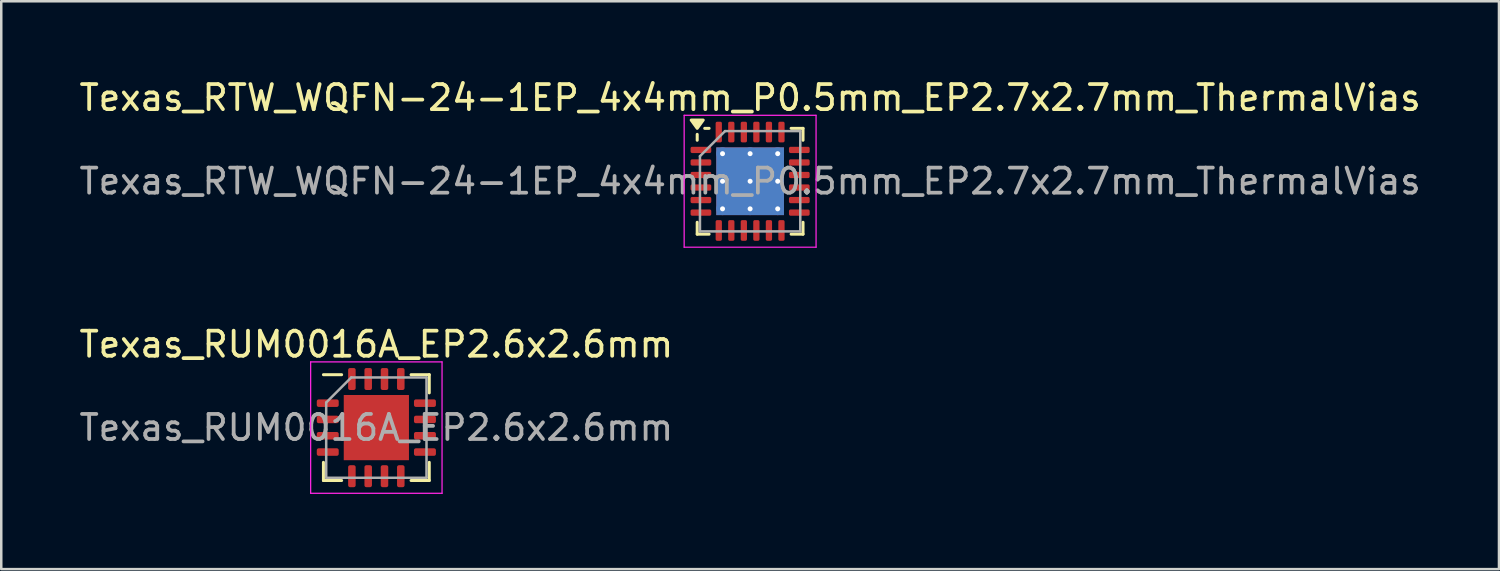
<source format=kicad_pcb>
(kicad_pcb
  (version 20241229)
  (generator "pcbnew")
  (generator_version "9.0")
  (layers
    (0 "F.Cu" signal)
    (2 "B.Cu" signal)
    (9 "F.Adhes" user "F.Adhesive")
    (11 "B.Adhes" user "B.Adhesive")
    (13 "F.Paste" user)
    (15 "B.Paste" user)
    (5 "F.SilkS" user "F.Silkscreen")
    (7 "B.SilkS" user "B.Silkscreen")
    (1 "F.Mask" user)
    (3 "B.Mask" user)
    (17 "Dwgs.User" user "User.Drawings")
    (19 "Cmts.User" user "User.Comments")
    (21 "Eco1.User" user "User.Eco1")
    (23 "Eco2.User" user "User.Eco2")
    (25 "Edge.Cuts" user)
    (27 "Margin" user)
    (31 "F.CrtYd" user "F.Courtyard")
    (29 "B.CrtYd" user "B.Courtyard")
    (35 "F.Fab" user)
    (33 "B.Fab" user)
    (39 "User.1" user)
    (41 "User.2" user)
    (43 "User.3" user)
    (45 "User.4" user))
  (footprint "Texas_RTW_WQFN-24-1EP_4x4mm_P0.5mm_EP2.7x2.7mm_ThermalVias"
    (layer "F.Cu")
    (at 26.863 4.178)
    (property "Reference" "Texas_RTW_WQFN-24-1EP_4x4mm_P0.5mm_EP2.7x2.7mm_ThermalVias" (at 0 -3.33 0) (layer "F.SilkS") (effects (font (size 1 1) (thickness 0.15))))
    (attr smd)
    (fp_line (start -2.11 -1.635) (end -2.11 -1.87) (stroke (width 0.12) (type solid)) (layer "F.SilkS"))
    (fp_line (start -2.11 2.11) (end -2.11 1.635) (stroke (width 0.12) (type solid)) (layer "F.SilkS"))
    (fp_line (start -1.635 -2.11) (end -1.81 -2.11) (stroke (width 0.12) (type solid)) (layer "F.SilkS"))
    (fp_line (start -1.635 2.11) (end -2.11 2.11) (stroke (width 0.12) (type solid)) (layer "F.SilkS"))
    (fp_line (start 1.635 -2.11) (end 2.11 -2.11) (stroke (width 0.12) (type solid)) (layer "F.SilkS"))
    (fp_line (start 1.635 2.11) (end 2.11 2.11) (stroke (width 0.12) (type solid)) (layer "F.SilkS"))
    (fp_line (start 2.11 -2.11) (end 2.11 -1.635) (stroke (width 0.12) (type solid)) (layer "F.SilkS"))
    (fp_line (start 2.11 2.11) (end 2.11 1.635) (stroke (width 0.12) (type solid)) (layer "F.SilkS"))
    (fp_poly (pts (xy -2.11 -2.11) (xy -2.35 -2.44) (xy -1.87 -2.44) (xy -2.11 -2.11)) (stroke (width 0.12) (type solid)) (fill yes) (layer "F.SilkS"))
    (fp_line (start -2.63 -2.63) (end -2.63 2.63) (stroke (width 0.05) (type solid)) (layer "F.CrtYd"))
    (fp_line (start -2.63 2.63) (end 2.63 2.63) (stroke (width 0.05) (type solid)) (layer "F.CrtYd"))
    (fp_line (start 2.63 -2.63) (end -2.63 -2.63) (stroke (width 0.05) (type solid)) (layer "F.CrtYd"))
    (fp_line (start 2.63 2.63) (end 2.63 -2.63) (stroke (width 0.05) (type solid)) (layer "F.CrtYd"))
    (fp_line (start -2 -1) (end -1 -2) (stroke (width 0.1) (type solid)) (layer "F.Fab"))
    (fp_line (start -2 2) (end -2 -1) (stroke (width 0.1) (type solid)) (layer "F.Fab"))
    (fp_line (start -1 -2) (end 2 -2) (stroke (width 0.1) (type solid)) (layer "F.Fab"))
    (fp_line (start 2 -2) (end 2 2) (stroke (width 0.1) (type solid)) (layer "F.Fab"))
    (fp_line (start 2 2) (end -2 2) (stroke (width 0.1) (type solid)) (layer "F.Fab"))
    (fp_text user "${REFERENCE}" (at 0 0 0) (layer "F.Fab") (effects (font (size 1 1) (thickness 0.15))))
    (pad "" smd roundrect (at -0.675 -0.675) (size 1.13 1.13) (layers "F.Paste") (roundrect_rratio 0.221))
    (pad "" smd roundrect (at -0.675 0.675) (size 1.13 1.13) (layers "F.Paste") (roundrect_rratio 0.221))
    (pad "" smd roundrect (at 0.675 -0.675) (size 1.13 1.13) (layers "F.Paste") (roundrect_rratio 0.221))
    (pad "" smd roundrect (at 0.675 0.675) (size 1.13 1.13) (layers "F.Paste") (roundrect_rratio 0.221))
    (pad "1" smd roundrect (at -1.962 -1.25) (size 0.825 0.25) (layers "F.Cu" "F.Mask" "F.Paste") (roundrect_rratio 0.25))
    (pad "2" smd roundrect (at -1.962 -0.75) (size 0.825 0.25) (layers "F.Cu" "F.Mask" "F.Paste") (roundrect_rratio 0.25))
    (pad "3" smd roundrect (at -1.962 -0.25) (size 0.825 0.25) (layers "F.Cu" "F.Mask" "F.Paste") (roundrect_rratio 0.25))
    (pad "4" smd roundrect (at -1.962 0.25) (size 0.825 0.25) (layers "F.Cu" "F.Mask" "F.Paste") (roundrect_rratio 0.25))
    (pad "5" smd roundrect (at -1.962 0.75) (size 0.825 0.25) (layers "F.Cu" "F.Mask" "F.Paste") (roundrect_rratio 0.25))
    (pad "6" smd roundrect (at -1.962 1.25) (size 0.825 0.25) (layers "F.Cu" "F.Mask" "F.Paste") (roundrect_rratio 0.25))
    (pad "7" smd roundrect (at -1.25 1.962) (size 0.25 0.825) (layers "F.Cu" "F.Mask" "F.Paste") (roundrect_rratio 0.25))
    (pad "8" smd roundrect (at -0.75 1.962) (size 0.25 0.825) (layers "F.Cu" "F.Mask" "F.Paste") (roundrect_rratio 0.25))
    (pad "9" smd roundrect (at -0.25 1.962) (size 0.25 0.825) (layers "F.Cu" "F.Mask" "F.Paste") (roundrect_rratio 0.25))
    (pad "10" smd roundrect (at 0.25 1.962) (size 0.25 0.825) (layers "F.Cu" "F.Mask" "F.Paste") (roundrect_rratio 0.25))
    (pad "11" smd roundrect (at 0.75 1.962) (size 0.25 0.825) (layers "F.Cu" "F.Mask" "F.Paste") (roundrect_rratio 0.25))
    (pad "12" smd roundrect (at 1.25 1.962) (size 0.25 0.825) (layers "F.Cu" "F.Mask" "F.Paste") (roundrect_rratio 0.25))
    (pad "13" smd roundrect (at 1.962 1.25) (size 0.825 0.25) (layers "F.Cu" "F.Mask" "F.Paste") (roundrect_rratio 0.25))
    (pad "14" smd roundrect (at 1.962 0.75) (size 0.825 0.25) (layers "F.Cu" "F.Mask" "F.Paste") (roundrect_rratio 0.25))
    (pad "15" smd roundrect (at 1.962 0.25) (size 0.825 0.25) (layers "F.Cu" "F.Mask" "F.Paste") (roundrect_rratio 0.25))
    (pad "16" smd roundrect (at 1.962 -0.25) (size 0.825 0.25) (layers "F.Cu" "F.Mask" "F.Paste") (roundrect_rratio 0.25))
    (pad "17" smd roundrect (at 1.962 -0.75) (size 0.825 0.25) (layers "F.Cu" "F.Mask" "F.Paste") (roundrect_rratio 0.25))
    (pad "18" smd roundrect (at 1.962 -1.25) (size 0.825 0.25) (layers "F.Cu" "F.Mask" "F.Paste") (roundrect_rratio 0.25))
    (pad "19" smd roundrect (at 1.25 -1.962) (size 0.25 0.825) (layers "F.Cu" "F.Mask" "F.Paste") (roundrect_rratio 0.25))
    (pad "20" smd roundrect (at 0.75 -1.962) (size 0.25 0.825) (layers "F.Cu" "F.Mask" "F.Paste") (roundrect_rratio 0.25))
    (pad "21" smd roundrect (at 0.25 -1.962) (size 0.25 0.825) (layers "F.Cu" "F.Mask" "F.Paste") (roundrect_rratio 0.25))
    (pad "22" smd roundrect (at -0.25 -1.962) (size 0.25 0.825) (layers "F.Cu" "F.Mask" "F.Paste") (roundrect_rratio 0.25))
    (pad "23" smd roundrect (at -0.75 -1.962) (size 0.25 0.825) (layers "F.Cu" "F.Mask" "F.Paste") (roundrect_rratio 0.25))
    (pad "24" smd roundrect (at -1.25 -1.962) (size 0.25 0.825) (layers "F.Cu" "F.Mask" "F.Paste") (roundrect_rratio 0.25))
    (pad "25" thru_hole circle (at -1.1 -1.1) (size 0.5 0.5) (drill 0.2) (property pad_prop_heatsink) (layers "*.Cu"))
    (pad "25" thru_hole circle (at -1.1 0) (size 0.5 0.5) (drill 0.2) (property pad_prop_heatsink) (layers "*.Cu"))
    (pad "25" thru_hole circle (at -1.1 1.1) (size 0.5 0.5) (drill 0.2) (property pad_prop_heatsink) (layers "*.Cu"))
    (pad "25" thru_hole circle (at 0 -1.1) (size 0.5 0.5) (drill 0.2) (property pad_prop_heatsink) (layers "*.Cu"))
    (pad "25" thru_hole circle (at 0 0) (size 0.5 0.5) (drill 0.2) (property pad_prop_heatsink) (layers "*.Cu"))
    (pad "25" smd rect (at 0 0) (size 2.7 2.7) (property pad_prop_heatsink) (layers "F.Cu" "F.Mask"))
    (pad "25" smd rect (at 0 0) (size 2.7 2.7) (property pad_prop_heatsink) (layers "B.Cu"))
    (pad "25" thru_hole circle (at 0 1.1) (size 0.5 0.5) (drill 0.2) (property pad_prop_heatsink) (layers "*.Cu"))
    (pad "25" thru_hole circle (at 1.1 -1.1) (size 0.5 0.5) (drill 0.2) (property pad_prop_heatsink) (layers "*.Cu"))
    (pad "25" thru_hole circle (at 1.1 0) (size 0.5 0.5) (drill 0.2) (property pad_prop_heatsink) (layers "*.Cu"))
    (pad "25" thru_hole circle (at 1.1 1.1) (size 0.5 0.5) (drill 0.2) (property pad_prop_heatsink) (layers "*.Cu")))
  (footprint "Texas_RUM0016A_EP2.6x2.6mm"
    (layer "F.Cu")
    (at 11.958 14.002)
    (property "Reference" "Texas_RUM0016A_EP2.6x2.6mm" (at 0 -3.32 0) (layer "F.SilkS") (effects (font (size 1 1) (thickness 0.15))))
    (attr smd)
    (fp_line (start -2.11 2.11) (end -2.11 1.385) (stroke (width 0.12) (type solid)) (layer "F.SilkS"))
    (fp_line (start -1.385 -2.11) (end -2.11 -2.11) (stroke (width 0.12) (type solid)) (layer "F.SilkS"))
    (fp_line (start -1.385 2.11) (end -2.11 2.11) (stroke (width 0.12) (type solid)) (layer "F.SilkS"))
    (fp_line (start 1.385 -2.11) (end 2.11 -2.11) (stroke (width 0.12) (type solid)) (layer "F.SilkS"))
    (fp_line (start 1.385 2.11) (end 2.11 2.11) (stroke (width 0.12) (type solid)) (layer "F.SilkS"))
    (fp_line (start 2.11 -2.11) (end 2.11 -1.385) (stroke (width 0.12) (type solid)) (layer "F.SilkS"))
    (fp_line (start 2.11 2.11) (end 2.11 1.385) (stroke (width 0.12) (type solid)) (layer "F.SilkS"))
    (fp_line (start -2.62 -2.62) (end -2.62 2.62) (stroke (width 0.05) (type solid)) (layer "F.CrtYd"))
    (fp_line (start -2.62 2.62) (end 2.62 2.62) (stroke (width 0.05) (type solid)) (layer "F.CrtYd"))
    (fp_line (start 2.62 -2.62) (end -2.62 -2.62) (stroke (width 0.05) (type solid)) (layer "F.CrtYd"))
    (fp_line (start 2.62 2.62) (end 2.62 -2.62) (stroke (width 0.05) (type solid)) (layer "F.CrtYd"))
    (fp_line (start -2 -1) (end -1 -2) (stroke (width 0.1) (type solid)) (layer "F.Fab"))
    (fp_line (start -2 2) (end -2 -1) (stroke (width 0.1) (type solid)) (layer "F.Fab"))
    (fp_line (start -1 -2) (end 2 -2) (stroke (width 0.1) (type solid)) (layer "F.Fab"))
    (fp_line (start 2 -2) (end 2 2) (stroke (width 0.1) (type solid)) (layer "F.Fab"))
    (fp_line (start 2 2) (end -2 2) (stroke (width 0.1) (type solid)) (layer "F.Fab"))
    (fp_text user "${REFERENCE}" (at 0 0 0) (layer "F.Fab") (effects (font (size 1 1) (thickness 0.15))))
    (pad "" smd roundrect (at -0.65 -0.65) (size 1.05 1.05) (layers "F.Paste") (roundrect_rratio 0.238))
    (pad "" smd roundrect (at -0.65 0.65) (size 1.05 1.05) (layers "F.Paste") (roundrect_rratio 0.238))
    (pad "" smd roundrect (at 0.65 -0.65) (size 1.05 1.05) (layers "F.Paste") (roundrect_rratio 0.238))
    (pad "" smd roundrect (at 0.65 0.65) (size 1.05 1.05) (layers "F.Paste") (roundrect_rratio 0.238))
    (pad "1" smd roundrect (at -1.938 -0.975) (size 0.875 0.3) (layers "F.Cu" "F.Mask" "F.Paste") (roundrect_rratio 0.25))
    (pad "2" smd roundrect (at -1.938 -0.325) (size 0.875 0.3) (layers "F.Cu" "F.Mask" "F.Paste") (roundrect_rratio 0.25))
    (pad "3" smd roundrect (at -1.938 0.325) (size 0.875 0.3) (layers "F.Cu" "F.Mask" "F.Paste") (roundrect_rratio 0.25))
    (pad "4" smd roundrect (at -1.938 0.975) (size 0.875 0.3) (layers "F.Cu" "F.Mask" "F.Paste") (roundrect_rratio 0.25))
    (pad "5" smd roundrect (at -0.975 1.938) (size 0.3 0.875) (layers "F.Cu" "F.Mask" "F.Paste") (roundrect_rratio 0.25))
    (pad "6" smd roundrect (at -0.325 1.938) (size 0.3 0.875) (layers "F.Cu" "F.Mask" "F.Paste") (roundrect_rratio 0.25))
    (pad "7" smd roundrect (at 0.325 1.938) (size 0.3 0.875) (layers "F.Cu" "F.Mask" "F.Paste") (roundrect_rratio 0.25))
    (pad "8" smd roundrect (at 0.975 1.938) (size 0.3 0.875) (layers "F.Cu" "F.Mask" "F.Paste") (roundrect_rratio 0.25))
    (pad "9" smd roundrect (at 1.938 0.975) (size 0.875 0.3) (layers "F.Cu" "F.Mask" "F.Paste") (roundrect_rratio 0.25))
    (pad "10" smd roundrect (at 1.938 0.325) (size 0.875 0.3) (layers "F.Cu" "F.Mask" "F.Paste") (roundrect_rratio 0.25))
    (pad "11" smd roundrect (at 1.938 -0.325) (size 0.875 0.3) (layers "F.Cu" "F.Mask" "F.Paste") (roundrect_rratio 0.25))
    (pad "12" smd roundrect (at 1.938 -0.975) (size 0.875 0.3) (layers "F.Cu" "F.Mask" "F.Paste") (roundrect_rratio 0.25))
    (pad "13" smd roundrect (at 0.975 -1.938) (size 0.3 0.875) (layers "F.Cu" "F.Mask" "F.Paste") (roundrect_rratio 0.25))
    (pad "14" smd roundrect (at 0.325 -1.938) (size 0.3 0.875) (layers "F.Cu" "F.Mask" "F.Paste") (roundrect_rratio 0.25))
    (pad "15" smd roundrect (at -0.325 -1.938) (size 0.3 0.875) (layers "F.Cu" "F.Mask" "F.Paste") (roundrect_rratio 0.25))
    (pad "16" smd roundrect (at -0.975 -1.938) (size 0.3 0.875) (layers "F.Cu" "F.Mask" "F.Paste") (roundrect_rratio 0.25))
    (pad "17" smd rect (at 0 0) (size 2.6 2.6) (layers "F.Cu" "F.Mask")))
  (gr_rect
    (start -3 -3)
    (end 56.726 19.646)
    (stroke (width 0.1) (type default))
    (fill no)
    (layer "Edge.Cuts")))
</source>
